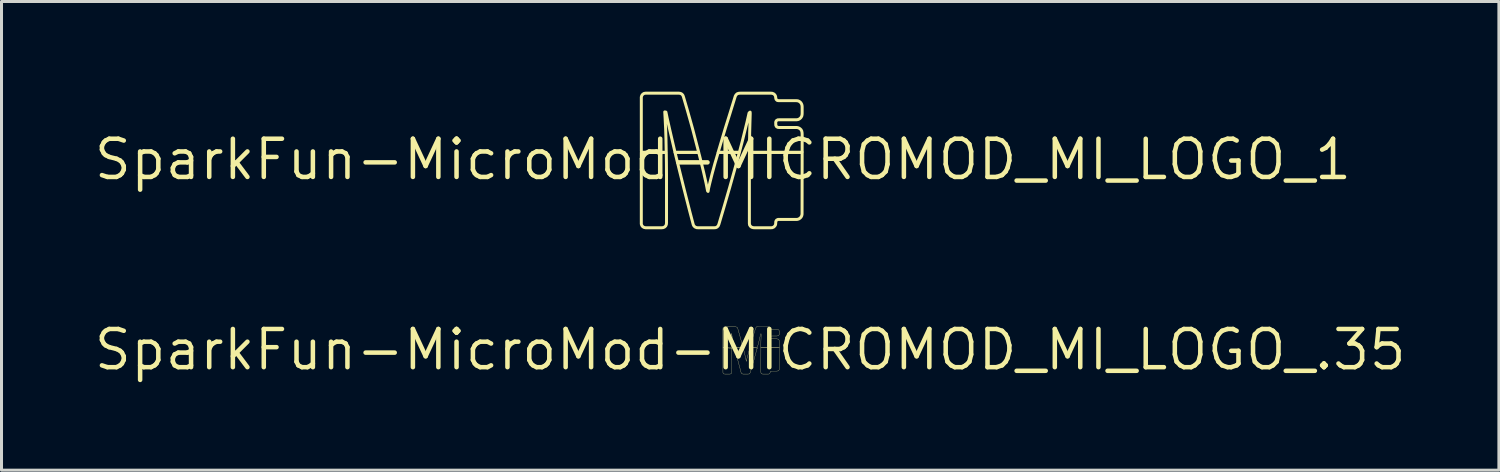
<source format=kicad_pcb>
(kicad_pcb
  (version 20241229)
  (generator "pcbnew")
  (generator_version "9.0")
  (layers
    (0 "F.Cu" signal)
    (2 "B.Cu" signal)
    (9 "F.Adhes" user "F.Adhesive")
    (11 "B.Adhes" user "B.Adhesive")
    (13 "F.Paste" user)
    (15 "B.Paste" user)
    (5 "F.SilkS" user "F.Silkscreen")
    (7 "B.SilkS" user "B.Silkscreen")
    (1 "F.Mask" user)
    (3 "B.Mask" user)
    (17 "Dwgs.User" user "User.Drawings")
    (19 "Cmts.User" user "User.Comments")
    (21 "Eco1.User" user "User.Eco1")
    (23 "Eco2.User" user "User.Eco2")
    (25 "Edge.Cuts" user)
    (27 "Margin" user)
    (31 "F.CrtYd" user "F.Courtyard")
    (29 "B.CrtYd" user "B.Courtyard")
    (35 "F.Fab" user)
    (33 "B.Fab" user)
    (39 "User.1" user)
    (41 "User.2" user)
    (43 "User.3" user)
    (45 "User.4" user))
  (footprint "SparkFun-MicroMod-MICROMOD_MI_LOGO_1"
    (layer "F.Cu")
    (at 20.993 2.254)
    (property "Reference" "SparkFun-MicroMod-MICROMOD_MI_LOGO_1" (at 0 0 0) (layer "F.SilkS") (effects (font (size 1.27 1.27) (thickness 0.15))))
    (attr exclude_from_pos_files exclude_from_bom)
    (fp_poly (pts (xy -2.715 -0.236) (xy -2.715 2.144) (xy -2.7 2.192) (xy -2.667 2.235) (xy -2.621 2.261) (xy -2.57 2.271) (xy -2.04 2.271) (xy -1.989 2.266) (xy -1.941 2.245) (xy -1.902 2.207) (xy -1.882 2.159) (xy -1.877 2.106) (xy -1.877 0.518) (xy -1.88 0.097) (xy -1.885 -0.218) (xy -1.923 -0.236) (xy -2.715 -0.236)) (stroke (width 0.099) (type solid)) (fill no) (layer "F.SilkS"))
    (fp_poly (pts (xy 2.634 -0.236) (xy 0.894 -0.236) (xy 0.881 -0.196) (xy 0.879 0.119) (xy 0.879 2.123) (xy 0.886 2.177) (xy 0.914 2.22) (xy 0.955 2.253) (xy 1.006 2.268) (xy 1.057 2.271) (xy 1.585 2.271) (xy 1.638 2.268) (xy 1.687 2.248) (xy 1.725 2.212) (xy 1.75 2.167) (xy 1.755 2.113) (xy 1.758 2.062) (xy 1.783 2.017) (xy 1.829 1.994) (xy 2.464 1.994) (xy 2.515 1.981) (xy 2.56 1.953) (xy 2.596 1.918) (xy 2.621 1.869) (xy 2.631 1.819) (xy 2.634 -0.183) (xy 2.634 -0.236)) (stroke (width 0.099) (type solid)) (fill no) (layer "F.SilkS"))
    (fp_poly (pts (xy -2.573 -2.205) (xy -2.624 -2.197) (xy -2.667 -2.169) (xy -2.7 -2.126) (xy -2.715 -2.075) (xy -2.715 -0.279) (xy -2.705 -0.236) (xy -1.913 -0.236) (xy -1.887 -0.262) (xy -1.895 -0.686) (xy -1.905 -1.003) (xy -1.923 -1.372) (xy -1.935 -1.582) (xy -1.897 -1.575) (xy -1.854 -1.367) (xy -1.773 -1.006) (xy -1.605 -0.284) (xy -1.59 -0.236) (xy -0.851 -0.236) (xy -0.808 -0.244) (xy -0.902 -0.605) (xy -1.008 -1.013) (xy -1.079 -1.267) (xy -1.194 -1.674) (xy -1.313 -2.08) (xy -1.331 -2.131) (xy -1.364 -2.172) (xy -1.41 -2.197) (xy -1.46 -2.205) (xy -2.573 -2.205)) (stroke (width 0.099) (type solid)) (fill no) (layer "F.SilkS"))
    (fp_poly (pts (xy -0.808 -0.236) (xy -1.547 -0.236) (xy -1.593 -0.231) (xy -1.43 0.432) (xy -1.29 0.996) (xy -1.107 1.712) (xy -0.986 2.172) (xy -0.96 2.217) (xy -0.919 2.25) (xy -0.871 2.268) (xy -0.818 2.271) (xy -0.29 2.271) (xy -0.236 2.266) (xy -0.191 2.243) (xy -0.155 2.202) (xy -0.135 2.154) (xy 0.015 1.648) (xy 0.221 0.94) (xy 0.378 0.381) (xy 0.544 -0.229) (xy 0.5 -0.236) (xy -0.132 -0.236) (xy -0.165 -0.213) (xy -0.269 0.14) (xy -0.366 0.498) (xy -0.442 0.803) (xy -0.478 0.958) (xy -0.495 1.062) (xy -0.511 1.046) (xy -0.561 0.787) (xy -0.643 0.427) (xy -0.742 0.018) (xy -0.78 -0.135) (xy -0.808 -0.236)) (stroke (width 0.099) (type solid)) (fill no) (layer "F.SilkS"))
    (fp_poly (pts (xy -0.16 -0.236) (xy 0.526 -0.236) (xy 0.554 -0.267) (xy 0.635 -0.574) (xy 0.737 -0.986) (xy 0.8 -1.242) (xy 0.869 -1.549) (xy 0.904 -1.575) (xy 0.907 -1.527) (xy 0.899 -1.262) (xy 0.889 -0.892) (xy 0.881 -0.259) (xy 0.912 -0.236) (xy 2.603 -0.236) (xy 2.634 -0.259) (xy 2.634 -0.841) (xy 2.631 -0.892) (xy 2.621 -0.945) (xy 2.596 -0.991) (xy 2.558 -1.026) (xy 2.512 -1.052) (xy 2.459 -1.064) (xy 1.877 -1.064) (xy 1.826 -1.067) (xy 1.781 -1.092) (xy 1.758 -1.138) (xy 1.755 -1.242) (xy 1.775 -1.29) (xy 1.821 -1.318) (xy 1.872 -1.321) (xy 2.454 -1.321) (xy 2.507 -1.331) (xy 2.553 -1.356) (xy 2.591 -1.392) (xy 2.619 -1.438) (xy 2.631 -1.488) (xy 2.634 -1.539) (xy 2.634 -1.753) (xy 2.629 -1.803) (xy 2.611 -1.854) (xy 2.581 -1.897) (xy 2.54 -1.93) (xy 2.492 -1.951) (xy 2.438 -1.956) (xy 1.857 -1.956) (xy 1.806 -1.963) (xy 1.768 -1.999) (xy 1.755 -2.05) (xy 1.75 -2.101) (xy 1.725 -2.149) (xy 1.687 -2.182) (xy 1.638 -2.202) (xy 1.585 -2.205) (xy 0.579 -2.205) (xy 0.528 -2.202) (xy 0.478 -2.187) (xy 0.437 -2.151) (xy 0.411 -2.106) (xy 0.224 -1.501) (xy 0.081 -1.046) (xy -0.16 -0.236)) (stroke (width 0.099) (type solid)) (fill no) (layer "F.SilkS")))
  (footprint "SparkFun-MicroMod-MICROMOD_MI_LOGO_.35"
    (layer "F.Cu")
    (at 21.9 8.581)
    (property "Reference" "SparkFun-MicroMod-MICROMOD_MI_LOGO_.35" (at 0 0 0) (layer "F.SilkS") (effects (font (size 1.27 1.27) (thickness 0.15))))
    (attr exclude_from_pos_files exclude_from_bom)
    (fp_poly (pts (xy -0.909 -0.069) (xy -0.907 0.767) (xy -0.876 0.805) (xy -0.826 0.81) (xy -0.668 0.81) (xy -0.622 0.787) (xy -0.615 0.737) (xy -0.615 0.16) (xy -0.617 -0.046) (xy -0.648 -0.069) (xy -0.909 -0.069)) (stroke (width 0.008) (type solid)) (fill no) (layer "F.SilkS"))
    (fp_poly (pts (xy 0.97 -0.069) (xy 0.389 -0.069) (xy 0.356 -0.074) (xy 0.353 0.742) (xy 0.363 0.79) (xy 0.411 0.81) (xy 0.572 0.81) (xy 0.622 0.808) (xy 0.658 0.772) (xy 0.671 0.721) (xy 0.719 0.711) (xy 0.876 0.711) (xy 0.93 0.704) (xy 0.965 0.668) (xy 0.97 0.615) (xy 0.97 -0.018) (xy 0.97 -0.069)) (stroke (width 0.008) (type solid)) (fill no) (layer "F.SilkS"))
    (fp_poly (pts (xy -0.859 -0.762) (xy -0.902 -0.737) (xy -0.909 -0.683) (xy -0.909 -0.069) (xy -0.886 -0.069) (xy -0.617 -0.048) (xy -0.617 -0.119) (xy -0.622 -0.277) (xy -0.63 -0.437) (xy -0.635 -0.544) (xy -0.615 -0.505) (xy -0.582 -0.351) (xy -0.521 -0.091) (xy -0.485 -0.069) (xy -0.272 -0.069) (xy -0.241 -0.074) (xy -0.312 -0.345) (xy -0.384 -0.599) (xy -0.414 -0.704) (xy -0.437 -0.749) (xy -0.485 -0.762) (xy -0.859 -0.762)) (stroke (width 0.008) (type solid)) (fill no) (layer "F.SilkS"))
    (fp_poly (pts (xy -0.239 -0.069) (xy -0.518 -0.086) (xy -0.505 -0.028) (xy -0.417 0.33) (xy -0.335 0.64) (xy -0.31 0.742) (xy -0.29 0.792) (xy -0.241 0.81) (xy -0.084 0.81) (xy -0.03 0.805) (xy 0 0.765) (xy 0.119 0.358) (xy 0.231 -0.051) (xy 0.203 -0.069) (xy -0.008 -0.069) (xy -0.023 -0.02) (xy -0.079 0.183) (xy -0.107 0.284) (xy -0.127 0.389) (xy -0.198 0.081) (xy -0.224 -0.018) (xy -0.239 -0.069)) (stroke (width 0.008) (type solid)) (fill no) (layer "F.SilkS"))
    (fp_poly (pts (xy -0.005 -0.074) (xy 0.198 -0.069) (xy 0.231 -0.048) (xy 0.305 -0.34) (xy 0.34 -0.495) (xy 0.358 -0.538) (xy 0.363 -0.493) (xy 0.356 -0.279) (xy 0.353 -0.069) (xy 0.935 -0.069) (xy 0.97 -0.071) (xy 0.968 -0.3) (xy 0.945 -0.345) (xy 0.894 -0.361) (xy 0.683 -0.361) (xy 0.66 -0.404) (xy 0.676 -0.452) (xy 0.726 -0.457) (xy 0.886 -0.457) (xy 0.937 -0.465) (xy 0.968 -0.508) (xy 0.97 -0.612) (xy 0.95 -0.66) (xy 0.902 -0.681) (xy 0.691 -0.681) (xy 0.66 -0.716) (xy 0.638 -0.762) (xy 0.587 -0.77) (xy 0.269 -0.77) (xy 0.216 -0.767) (xy 0.183 -0.726) (xy 0.089 -0.424) (xy 0.013 -0.173) (xy 0.003 -0.124) (xy -0.005 -0.074)) (stroke (width 0.008) (type solid)) (fill no) (layer "F.SilkS")))
  (gr_rect
    (start -3 -3)
    (end 46.799 12.587)
    (stroke (width 0.1) (type default))
    (fill no)
    (layer "Edge.Cuts")))
</source>
